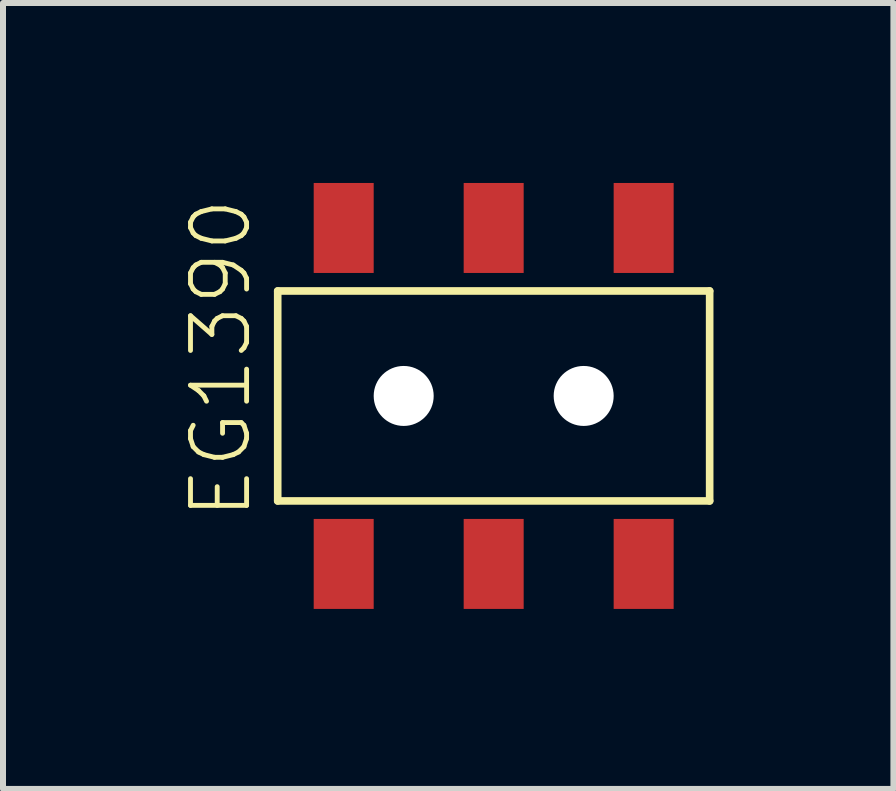
<source format=kicad_pcb>
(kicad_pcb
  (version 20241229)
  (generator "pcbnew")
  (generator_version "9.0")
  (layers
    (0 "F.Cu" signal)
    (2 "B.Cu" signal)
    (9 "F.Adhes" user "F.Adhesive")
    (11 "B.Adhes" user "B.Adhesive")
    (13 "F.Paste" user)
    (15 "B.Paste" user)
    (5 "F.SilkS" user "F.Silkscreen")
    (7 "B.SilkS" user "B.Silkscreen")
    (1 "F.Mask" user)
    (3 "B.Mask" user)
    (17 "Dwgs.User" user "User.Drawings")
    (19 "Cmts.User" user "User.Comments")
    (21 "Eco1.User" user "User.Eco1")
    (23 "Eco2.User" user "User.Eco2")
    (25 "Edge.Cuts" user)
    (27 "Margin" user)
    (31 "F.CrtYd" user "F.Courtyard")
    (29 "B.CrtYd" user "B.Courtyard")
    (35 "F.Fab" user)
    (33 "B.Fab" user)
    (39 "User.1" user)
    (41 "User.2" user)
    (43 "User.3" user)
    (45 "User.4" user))
  (footprint "EG1390"
    (layer "F.Cu")
    (at 5.179 3.55)
    (property "Reference" "EG1390" (at -4 2.1 90) (unlocked yes) (layer "F.SilkS") (effects (font (size 0.935 0.935) (thickness 0.081)) (justify left bottom)))
    (fp_line (start -3.6 -1.75) (end 3.6 -1.75) (stroke (width 0.127) (type solid)) (layer "F.SilkS"))
    (fp_line (start -3.6 1.75) (end -3.6 -1.75) (stroke (width 0.127) (type solid)) (layer "F.SilkS"))
    (fp_line (start 3.6 -1.75) (end 3.6 1.75) (stroke (width 0.127) (type solid)) (layer "F.SilkS"))
    (fp_line (start 3.6 1.75) (end -3.6 1.75) (stroke (width 0.127) (type solid)) (layer "F.SilkS"))
    (pad "" np_thru_hole circle (at -1.5 0) (size 1 1) (drill 1) (layers "*.Cu" "*.Mask"))
    (pad "" np_thru_hole circle (at 1.5 0) (size 1 1) (drill 1) (layers "*.Cu" "*.Mask"))
    (pad "O1" smd rect (at -2.5 -2.8) (size 1 1.5) (layers "F.Cu" "F.Mask" "F.Paste"))
    (pad "O2" smd rect (at -2.5 2.8) (size 1 1.5) (layers "F.Cu" "F.Mask" "F.Paste"))
    (pad "P1" smd rect (at 0 -2.8) (size 1 1.5) (layers "F.Cu" "F.Mask" "F.Paste"))
    (pad "P2" smd rect (at 0 2.8) (size 1 1.5) (layers "F.Cu" "F.Mask" "F.Paste"))
    (pad "S1" smd rect (at 2.5 -2.8) (size 1 1.5) (layers "F.Cu" "F.Mask" "F.Paste"))
    (pad "S2" smd rect (at 2.5 2.8) (size 1 1.5) (layers "F.Cu" "F.Mask" "F.Paste")))
  (gr_rect
    (start -3 -3)
    (end 11.842 10.1)
    (stroke (width 0.1) (type default))
    (fill no)
    (layer "Edge.Cuts")))
</source>
